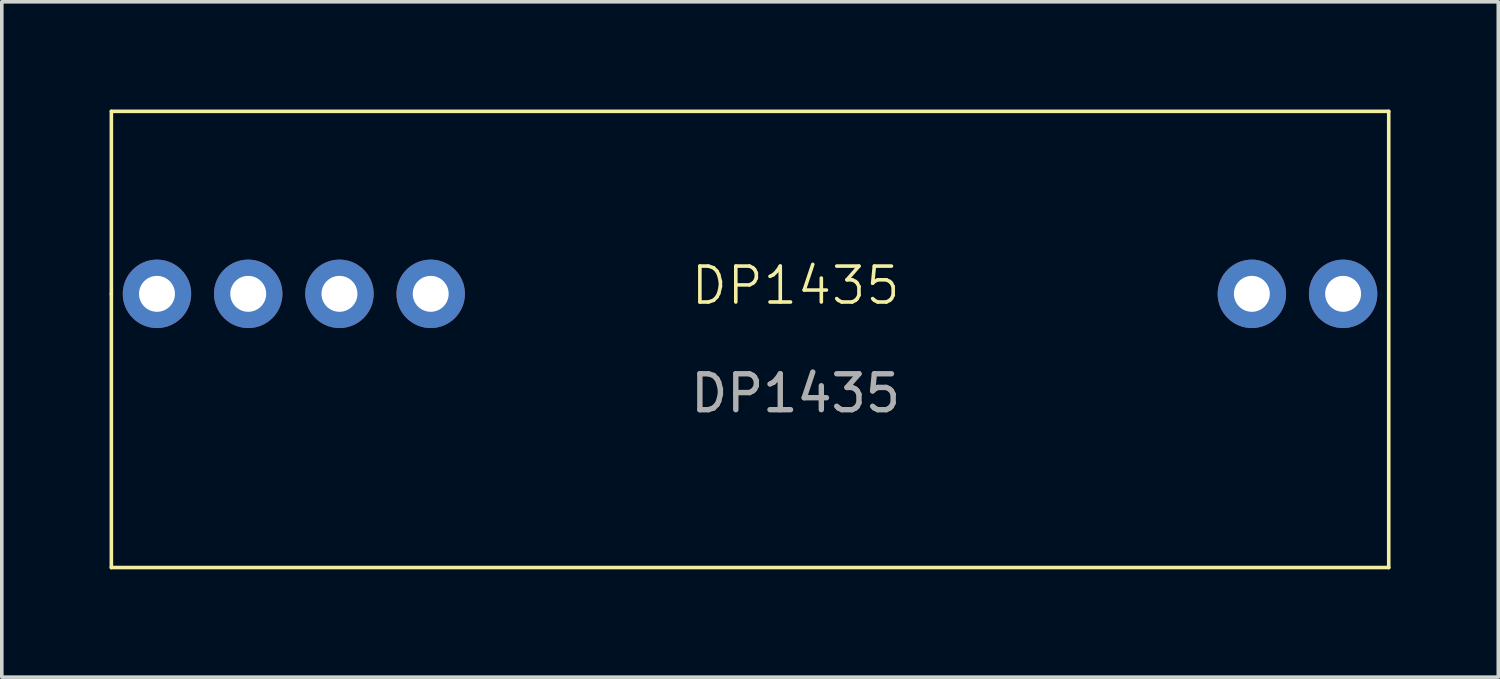
<source format=kicad_pcb>
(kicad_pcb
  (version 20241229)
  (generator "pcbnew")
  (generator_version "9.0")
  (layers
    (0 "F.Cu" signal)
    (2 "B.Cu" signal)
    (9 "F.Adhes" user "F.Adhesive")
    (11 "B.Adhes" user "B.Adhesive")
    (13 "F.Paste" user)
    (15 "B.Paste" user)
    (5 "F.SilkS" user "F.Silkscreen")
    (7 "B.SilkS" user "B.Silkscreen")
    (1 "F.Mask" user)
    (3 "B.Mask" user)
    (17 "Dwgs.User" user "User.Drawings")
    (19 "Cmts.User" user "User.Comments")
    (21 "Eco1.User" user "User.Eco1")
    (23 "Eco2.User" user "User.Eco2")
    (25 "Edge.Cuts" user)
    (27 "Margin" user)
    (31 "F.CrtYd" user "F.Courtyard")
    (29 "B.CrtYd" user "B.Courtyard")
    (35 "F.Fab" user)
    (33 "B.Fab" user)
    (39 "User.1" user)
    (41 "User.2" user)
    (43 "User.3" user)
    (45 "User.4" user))
  (footprint "DP1435"
    (layer "F.Cu")
    (at 1.32 5.13)
    (property "Reference" "DP1435" (at 17.78 -0.23 0) (unlocked yes) (layer "F.SilkS") (effects (font (size 1 1) (thickness 0.1))))
    (attr smd)
    (fp_line (start -1.27 -5.08) (end 34.29 -5.08) (stroke (width 0.1) (type default)) (layer "F.SilkS"))
    (fp_line (start -1.27 0) (end -1.27 -5.08) (stroke (width 0.1) (type default)) (layer "F.SilkS"))
    (fp_line (start -1.27 7.62) (end -1.27 0) (stroke (width 0.1) (type default)) (layer "F.SilkS"))
    (fp_line (start 34.29 -5.08) (end 34.29 7.62) (stroke (width 0.1) (type default)) (layer "F.SilkS"))
    (fp_line (start 34.29 7.62) (end -1.27 7.62) (stroke (width 0.1) (type default)) (layer "F.SilkS"))
    (fp_text user "${REFERENCE}" (at 17.78 2.77 0) (unlocked yes) (layer "F.Fab") (effects (font (size 1 1) (thickness 0.15))))
    (pad "1" thru_hole circle (at 0 0) (size 1.905 1.905) (drill 1) (layers "*.Cu" "*.Mask"))
    (pad "2" thru_hole circle (at 2.54 0) (size 1.905 1.905) (drill 1) (layers "*.Cu" "*.Mask"))
    (pad "3" thru_hole circle (at 5.08 0) (size 1.905 1.905) (drill 1) (layers "*.Cu" "*.Mask"))
    (pad "4" thru_hole circle (at 7.62 0) (size 1.905 1.905) (drill 1) (layers "*.Cu" "*.Mask"))
    (pad "5" thru_hole circle (at 30.48 0) (size 1.905 1.905) (drill 1) (layers "*.Cu" "*.Mask"))
    (pad "6" thru_hole circle (at 33.02 0) (size 1.905 1.905) (drill 1) (layers "*.Cu" "*.Mask")))
  (gr_rect
    (start -3 -3)
    (end 38.66 15.8)
    (stroke (width 0.1) (type default))
    (fill no)
    (layer "Edge.Cuts")))
</source>
